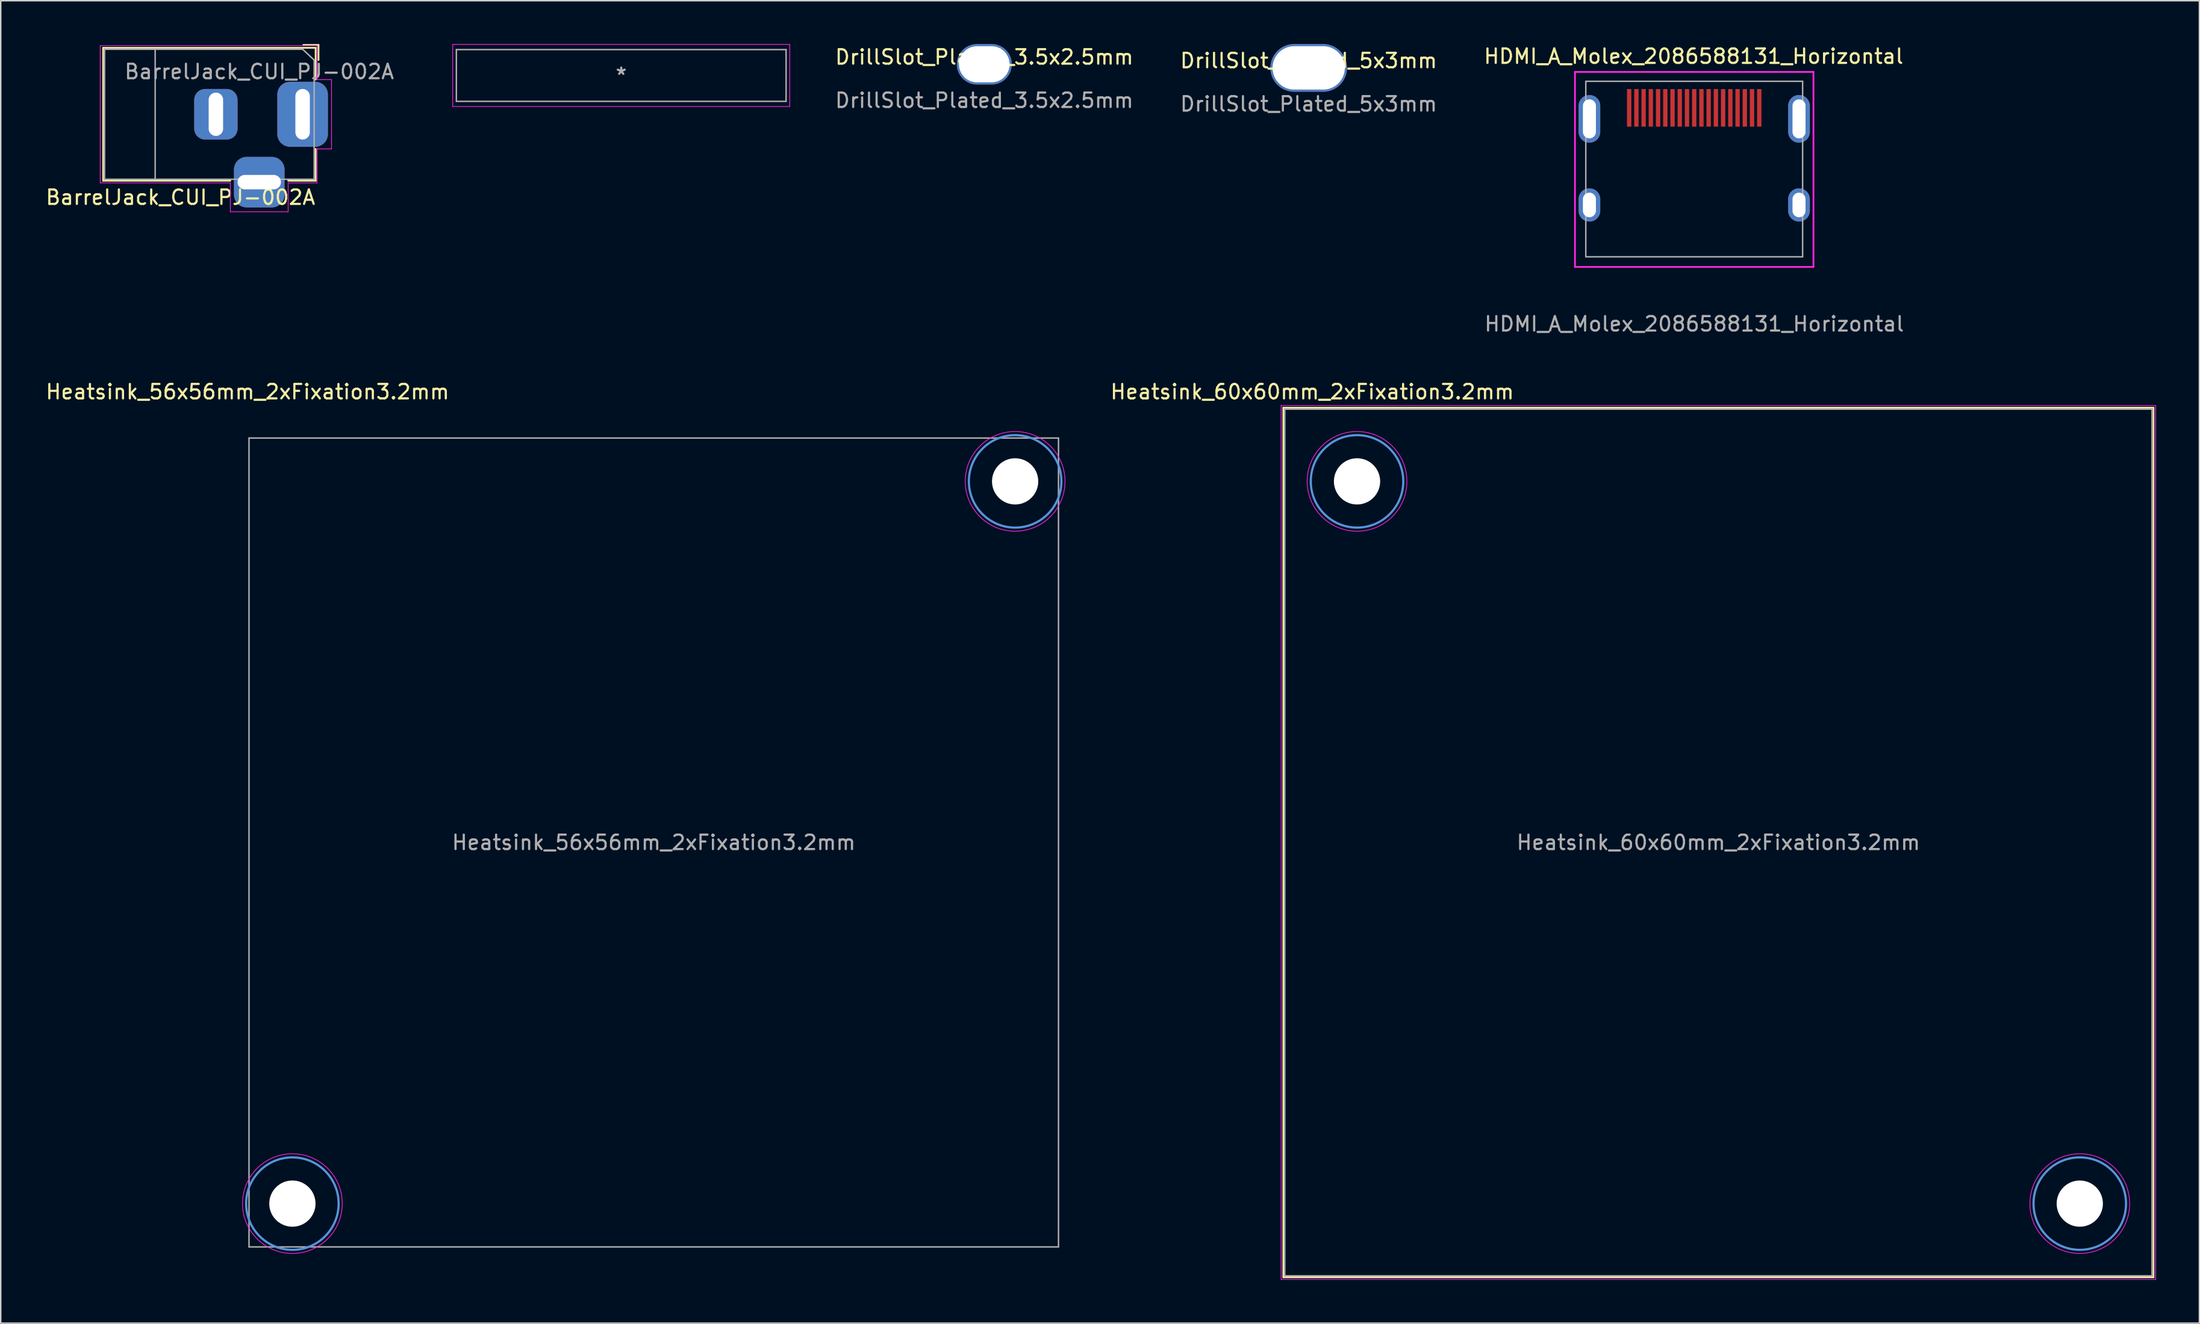
<source format=kicad_pcb>
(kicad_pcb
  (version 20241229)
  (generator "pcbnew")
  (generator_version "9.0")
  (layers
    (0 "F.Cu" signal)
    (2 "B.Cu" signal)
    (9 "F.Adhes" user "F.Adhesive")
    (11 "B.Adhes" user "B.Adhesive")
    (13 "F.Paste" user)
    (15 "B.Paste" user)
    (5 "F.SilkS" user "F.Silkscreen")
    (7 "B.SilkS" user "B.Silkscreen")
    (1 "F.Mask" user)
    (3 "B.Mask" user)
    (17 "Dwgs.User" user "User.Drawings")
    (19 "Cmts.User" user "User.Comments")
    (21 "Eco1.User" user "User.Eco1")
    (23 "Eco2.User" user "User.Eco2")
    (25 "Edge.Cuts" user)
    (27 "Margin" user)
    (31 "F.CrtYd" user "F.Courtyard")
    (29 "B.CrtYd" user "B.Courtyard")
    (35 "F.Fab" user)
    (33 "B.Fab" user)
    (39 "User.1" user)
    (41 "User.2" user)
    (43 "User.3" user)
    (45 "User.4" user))
  (footprint "DF40C-100DS-0.4V51_virtual"
    (layer "F.Cu")
    (at 39.927 2.175)
    (property "Reference" "DF40C-100DS-0.4V51_virtual" (at 0 0 0) (layer "Eco1.User") (effects (font (size 1 1) (thickness 0.15))))
    (fp_line (start -11.532 -1.918) (end -11.532 1.918) (stroke (width 0.12) (type solid)) (layer "Eco1.User"))
    (fp_line (start -11.532 1.918) (end -10.246 1.918) (stroke (width 0.12) (type solid)) (layer "Eco1.User"))
    (fp_line (start -10.246 -1.918) (end -11.532 -1.918) (stroke (width 0.12) (type solid)) (layer "Eco1.User"))
    (fp_line (start 10.246 1.918) (end 11.532 1.918) (stroke (width 0.12) (type solid)) (layer "Eco1.User"))
    (fp_line (start 11.532 -1.918) (end 10.246 -1.918) (stroke (width 0.12) (type solid)) (layer "Eco1.User"))
    (fp_line (start 11.532 1.918) (end 11.532 -1.918) (stroke (width 0.12) (type solid)) (layer "Eco1.User"))
    (fp_circle (center -12.167 -1.54) (end -11.786 -1.54) (stroke (width 0.12) (type solid)) (fill no) (layer "Eco1.User"))
    (fp_line (start -11.659 -2.15) (end -11.659 2.15) (stroke (width 0.05) (type solid)) (layer "F.CrtYd"))
    (fp_line (start -11.659 2.15) (end 11.659 2.15) (stroke (width 0.05) (type solid)) (layer "F.CrtYd"))
    (fp_line (start 11.659 -2.15) (end -11.659 -2.15) (stroke (width 0.05) (type solid)) (layer "F.CrtYd"))
    (fp_line (start 11.659 2.15) (end 11.659 -2.15) (stroke (width 0.05) (type solid)) (layer "F.CrtYd"))
    (fp_line (start -11.405 -1.791) (end -11.405 1.791) (stroke (width 0.1) (type solid)) (layer "F.Fab"))
    (fp_line (start -11.405 1.791) (end 11.405 1.791) (stroke (width 0.1) (type solid)) (layer "F.Fab"))
    (fp_line (start 11.405 -1.791) (end -11.405 -1.791) (stroke (width 0.1) (type solid)) (layer "F.Fab"))
    (fp_line (start 11.405 1.791) (end 11.405 -1.791) (stroke (width 0.1) (type solid)) (layer "F.Fab"))
    (fp_text user "*" (at 0 0 0) (layer "Eco1.User") (effects (font (size 1 1) (thickness 0.15))))
    (fp_text user "*" (at 0 0 0) (layer "F.Fab") (effects (font (size 1 1) (thickness 0.15)))))
  (footprint "BarrelJack_CUI_PJ-002A"
    (layer "F.Cu")
    (at 17.885 4.86)
    (property "Reference" "BarrelJack_CUI_PJ-002A" (at -8.45 5.75 0) (layer "F.SilkS") (effects (font (size 1 1) (thickness 0.15))))
    (attr through_hole)
    (fp_line (start -13.8 -4.6) (end 0.9 -4.6) (stroke (width 0.12) (type solid)) (layer "F.SilkS"))
    (fp_line (start -13.8 4.6) (end -13.8 -4.6) (stroke (width 0.12) (type solid)) (layer "F.SilkS"))
    (fp_line (start -5 4.6) (end -13.8 4.6) (stroke (width 0.12) (type solid)) (layer "F.SilkS"))
    (fp_line (start 0.05 -4.8) (end 1.1 -4.8) (stroke (width 0.12) (type solid)) (layer "F.SilkS"))
    (fp_line (start 0.9 -4.6) (end 0.9 -2.4) (stroke (width 0.12) (type solid)) (layer "F.SilkS"))
    (fp_line (start 0.9 2.4) (end 0.9 4.6) (stroke (width 0.12) (type solid)) (layer "F.SilkS"))
    (fp_line (start 0.9 4.6) (end -1 4.6) (stroke (width 0.12) (type solid)) (layer "F.SilkS"))
    (fp_line (start 1.1 -3.75) (end 1.1 -4.8) (stroke (width 0.12) (type solid)) (layer "F.SilkS"))
    (fp_line (start -14 4.75) (end -14 -4.75) (stroke (width 0.05) (type solid)) (layer "F.CrtYd"))
    (fp_line (start -5 4.75) (end -14 4.75) (stroke (width 0.05) (type solid)) (layer "F.CrtYd"))
    (fp_line (start -5 6.75) (end -5 4.75) (stroke (width 0.05) (type solid)) (layer "F.CrtYd"))
    (fp_line (start -1 4.75) (end -1 6.75) (stroke (width 0.05) (type solid)) (layer "F.CrtYd"))
    (fp_line (start -1 6.75) (end -5 6.75) (stroke (width 0.05) (type solid)) (layer "F.CrtYd"))
    (fp_line (start 1 -4.75) (end -14 -4.75) (stroke (width 0.05) (type solid)) (layer "F.CrtYd"))
    (fp_line (start 1 -4.5) (end 1 -4.75) (stroke (width 0.05) (type solid)) (layer "F.CrtYd"))
    (fp_line (start 1 -4.5) (end 1 -2.4) (stroke (width 0.05) (type solid)) (layer "F.CrtYd"))
    (fp_line (start 1 -2.4) (end 2 -2.4) (stroke (width 0.05) (type solid)) (layer "F.CrtYd"))
    (fp_line (start 1 2.4) (end 1 4.75) (stroke (width 0.05) (type solid)) (layer "F.CrtYd"))
    (fp_line (start 1 4.75) (end -1 4.75) (stroke (width 0.05) (type solid)) (layer "F.CrtYd"))
    (fp_line (start 2 -2.4) (end 2 2.4) (stroke (width 0.05) (type solid)) (layer "F.CrtYd"))
    (fp_line (start 2 2.4) (end 1 2.4) (stroke (width 0.05) (type solid)) (layer "F.CrtYd"))
    (fp_line (start -13.7 -4.5) (end -13.7 4.5) (stroke (width 0.1) (type solid)) (layer "F.Fab"))
    (fp_line (start -13.7 4.5) (end 0.8 4.5) (stroke (width 0.1) (type solid)) (layer "F.Fab"))
    (fp_line (start -10.2 -4.5) (end -10.2 4.5) (stroke (width 0.1) (type solid)) (layer "F.Fab"))
    (fp_line (start -0.003 -4.505) (end 0.8 -3.75) (stroke (width 0.1) (type solid)) (layer "F.Fab"))
    (fp_line (start 0 -4.5) (end -13.7 -4.5) (stroke (width 0.1) (type solid)) (layer "F.Fab"))
    (fp_line (start 0.8 4.5) (end 0.8 -3.75) (stroke (width 0.1) (type solid)) (layer "F.Fab"))
    (fp_text user "${REFERENCE}" (at -3 -2.95 0) (layer "F.Fab") (effects (font (size 1 1) (thickness 0.15))))
    (pad "1" thru_hole roundrect (at 0 0) (size 3.5 4.5) (drill oval 1 3.5) (layers "*.Cu" "*.Mask") (roundrect_rratio 0.25))
    (pad "2" thru_hole roundrect (at -6 0) (size 3 3.5) (drill oval 1 3) (layers "*.Cu" "*.Mask") (roundrect_rratio 0.25))
    (pad "3" thru_hole roundrect (at -3 4.7) (size 3.5 3.5) (drill oval 3 1) (layers "*.Cu" "*.Mask") (roundrect_rratio 0.25)))
  (footprint "Heatsink_60x60mm_2xFixation3.2mm"
    (layer "F.Cu")
    (at 85.83 25.275)
    (property "Reference" "Heatsink_60x60mm_2xFixation3.2mm" (at 1.9 -1.2 0) (layer "F.SilkS") (effects (font (size 1 1) (thickness 0.15))))
    (attr through_hole)
    (fp_line (start -0.1 -0.1) (end 60.1 -0.1) (stroke (width 0.12) (type solid)) (layer "F.SilkS"))
    (fp_line (start -0.1 60.1) (end -0.1 -0.1) (stroke (width 0.12) (type solid)) (layer "F.SilkS"))
    (fp_line (start 60.1 60.1) (end -0.1 60.1) (stroke (width 0.12) (type solid)) (layer "F.SilkS"))
    (fp_line (start 60.1 60.1) (end 60.1 -0.1) (stroke (width 0.12) (type solid)) (layer "F.SilkS"))
    (fp_circle (center 5 5) (end 8.2 5) (stroke (width 0.15) (type solid)) (fill no) (layer "Cmts.User"))
    (fp_circle (center 55 55) (end 58.2 55) (stroke (width 0.15) (type solid)) (fill no) (layer "Cmts.User"))
    (fp_line (start -0.25 60.25) (end -0.25 -0.25) (stroke (width 0.05) (type solid)) (layer "F.CrtYd"))
    (fp_line (start -0.25 60.25) (end 60.25 60.25) (stroke (width 0.05) (type solid)) (layer "F.CrtYd"))
    (fp_line (start 60.25 -0.25) (end -0.25 -0.25) (stroke (width 0.05) (type solid)) (layer "F.CrtYd"))
    (fp_line (start 60.25 60.25) (end 60.25 -0.25) (stroke (width 0.05) (type solid)) (layer "F.CrtYd"))
    (fp_circle (center 5 5) (end 8.45 5) (stroke (width 0.05) (type solid)) (fill no) (layer "F.CrtYd"))
    (fp_circle (center 55 55) (end 58.45 55) (stroke (width 0.05) (type solid)) (fill no) (layer "F.CrtYd"))
    (fp_line (start 0 0) (end 0 60) (stroke (width 0.1) (type solid)) (layer "F.Fab"))
    (fp_line (start 60 0) (end 0 0) (stroke (width 0.1) (type solid)) (layer "F.Fab"))
    (fp_line (start 60 0) (end 60 60) (stroke (width 0.1) (type solid)) (layer "F.Fab"))
    (fp_line (start 60 60) (end 0 60) (stroke (width 0.1) (type solid)) (layer "F.Fab"))
    (fp_text user "${REFERENCE}" (at 30 30 0) (layer "F.Fab") (effects (font (size 1 1) (thickness 0.15))))
    (pad "" np_thru_hole circle (at 5 5) (size 3.2 3.2) (drill 3.2) (layers "*.Cu" "*.Mask"))
    (pad "" np_thru_hole circle (at 55 55) (size 3.2 3.2) (drill 3.2) (layers "*.Cu" "*.Mask")))
  (footprint "DrillSlot_Plated_3.5x2.5mm"
    (layer "F.Cu")
    (at 65.045 1.4)
    (property "Reference" "DrillSlot_Plated_3.5x2.5mm" (at 0 -0.5 0) (unlocked yes) (layer "F.SilkS") (effects (font (size 1 1) (thickness 0.15))))
    (fp_text user "${REFERENCE}" (at 0 2.5 0) (unlocked yes) (layer "F.Fab") (effects (font (size 1 1) (thickness 0.15))))
    (pad "" thru_hole oval (at 0 0) (size 3.8 2.8) (drill oval 3.5 2.5) (layers "*.Cu" "*.Mask")))
  (footprint "Heatsink_56x56mm_2xFixation3.2mm"
    (layer "F.Cu")
    (at 42.177 55.275)
    (property "Reference" "Heatsink_56x56mm_2xFixation3.2mm" (at -28.1 -31.2 0) (layer "F.SilkS") (effects (font (size 1 1) (thickness 0.15))))
    (attr through_hole)
    (fp_circle (center -25 25) (end -21.8 25) (stroke (width 0.15) (type solid)) (fill no) (layer "Cmts.User"))
    (fp_circle (center 25 -25) (end 28.2 -25) (stroke (width 0.15) (type solid)) (fill no) (layer "Cmts.User"))
    (fp_circle (center -25 25) (end -21.55 25) (stroke (width 0.05) (type solid)) (fill no) (layer "F.CrtYd"))
    (fp_circle (center 25 -25) (end 28.45 -25) (stroke (width 0.05) (type solid)) (fill no) (layer "F.CrtYd"))
    (fp_line (start -28 -28) (end -28 28) (stroke (width 0.1) (type solid)) (layer "F.Fab"))
    (fp_line (start 28 -28) (end -28 -28) (stroke (width 0.1) (type solid)) (layer "F.Fab"))
    (fp_line (start 28 -28) (end 28 28) (stroke (width 0.1) (type solid)) (layer "F.Fab"))
    (fp_line (start 28 28) (end -28 28) (stroke (width 0.1) (type solid)) (layer "F.Fab"))
    (fp_text user "${REFERENCE}" (at 0 0 0) (layer "F.Fab") (effects (font (size 1 1) (thickness 0.15))))
    (pad "" np_thru_hole circle (at -25 25) (size 3.2 3.2) (drill 3.2) (layers "*.Cu" "*.Mask"))
    (pad "" np_thru_hole circle (at 25 -25) (size 3.2 3.2) (drill 3.2) (layers "*.Cu" "*.Mask")))
  (footprint "DrillSlot_Plated_5x3mm"
    (layer "F.Cu")
    (at 87.485 1.65)
    (property "Reference" "DrillSlot_Plated_5x3mm" (at 0 -0.5 0) (unlocked yes) (layer "F.SilkS") (effects (font (size 1 1) (thickness 0.15))))
    (fp_text user "${REFERENCE}" (at 0 2.5 0) (unlocked yes) (layer "F.Fab") (effects (font (size 1 1) (thickness 0.15))))
    (pad "" np_thru_hole oval (at 0 0) (size 5.3 3.3) (drill oval 5 3) (layers "*.Cu" "*.Mask")))
  (footprint "HDMI_A_Molex_2086588131_Horizontal"
    (layer "F.Cu")
    (at 114.156 5.178)
    (property "Reference" "HDMI_A_Molex_2086588131_Horizontal" (at -0.04 -4.33 0) (unlocked yes) (layer "F.SilkS") (effects (font (size 1 1) (thickness 0.15))))
    (fp_line (start -8.25 -3.25) (end -8.25 10.25) (stroke (width 0.12) (type solid)) (layer "F.CrtYd"))
    (fp_line (start -8.25 10.25) (end 8.25 10.25) (stroke (width 0.12) (type solid)) (layer "F.CrtYd"))
    (fp_line (start 8.25 -3.25) (end -8.25 -3.25) (stroke (width 0.12) (type solid)) (layer "F.CrtYd"))
    (fp_line (start 8.25 10.25) (end 8.25 -3.25) (stroke (width 0.12) (type solid)) (layer "F.CrtYd"))
    (fp_line (start -7.5 -2.6) (end -7.5 9.55) (stroke (width 0.1) (type solid)) (layer "F.Fab"))
    (fp_line (start -7.5 9.55) (end 7.5 9.55) (stroke (width 0.1) (type solid)) (layer "F.Fab"))
    (fp_line (start 7.5 -2.6) (end -7.5 -2.6) (stroke (width 0.1) (type solid)) (layer "F.Fab"))
    (fp_line (start 7.5 9.55) (end 7.5 -2.6) (stroke (width 0.1) (type solid)) (layer "F.Fab"))
    (fp_text user "${REFERENCE}" (at 0 14.2 0) (unlocked yes) (layer "F.Fab") (effects (font (size 1 1) (thickness 0.15))))
    (pad "1" smd rect (at 4.5 -0.76) (size 0.3 2.6) (layers "F.Cu" "F.Mask" "F.Paste"))
    (pad "2" smd rect (at 4 -0.76) (size 0.3 2.6) (layers "F.Cu" "F.Mask" "F.Paste"))
    (pad "3" smd rect (at 3.5 -0.76) (size 0.3 2.6) (layers "F.Cu" "F.Mask" "F.Paste"))
    (pad "4" smd rect (at 3 -0.76) (size 0.3 2.6) (layers "F.Cu" "F.Mask" "F.Paste"))
    (pad "5" smd rect (at 2.5 -0.76) (size 0.3 2.6) (layers "F.Cu" "F.Mask" "F.Paste"))
    (pad "6" smd rect (at 2 -0.76) (size 0.3 2.6) (layers "F.Cu" "F.Mask" "F.Paste"))
    (pad "7" smd rect (at 1.5 -0.76) (size 0.3 2.6) (layers "F.Cu" "F.Mask" "F.Paste"))
    (pad "8" smd rect (at 1 -0.76) (size 0.3 2.6) (layers "F.Cu" "F.Mask" "F.Paste"))
    (pad "9" smd rect (at 0.5 -0.76) (size 0.3 2.6) (layers "F.Cu" "F.Mask" "F.Paste"))
    (pad "10" smd rect (at 0 -0.76) (size 0.3 2.6) (layers "F.Cu" "F.Mask" "F.Paste"))
    (pad "11" smd rect (at -0.5 -0.76) (size 0.3 2.6) (layers "F.Cu" "F.Mask" "F.Paste"))
    (pad "12" smd rect (at -1 -0.76) (size 0.3 2.6) (layers "F.Cu" "F.Mask" "F.Paste"))
    (pad "13" smd rect (at -1.5 -0.76) (size 0.3 2.6) (layers "F.Cu" "F.Mask" "F.Paste"))
    (pad "14" smd rect (at -2 -0.76) (size 0.3 2.6) (layers "F.Cu" "F.Mask" "F.Paste"))
    (pad "15" smd rect (at -2.5 -0.76) (size 0.3 2.6) (layers "F.Cu" "F.Mask" "F.Paste"))
    (pad "16" smd rect (at -3 -0.76) (size 0.3 2.6) (layers "F.Cu" "F.Mask" "F.Paste"))
    (pad "17" smd rect (at -3.5 -0.76) (size 0.3 2.6) (layers "F.Cu" "F.Mask" "F.Paste"))
    (pad "18" smd rect (at -4 -0.76) (size 0.3 2.6) (layers "F.Cu" "F.Mask" "F.Paste"))
    (pad "19" smd rect (at -4.5 -0.76) (size 0.3 2.6) (layers "F.Cu" "F.Mask" "F.Paste"))
    (pad "SH" thru_hole oval (at -7.25 0) (size 1.5 3.3) (drill oval 0.9 2.7) (layers "*.Cu" "*.Mask"))
    (pad "SH" thru_hole oval (at -7.25 5.96) (size 1.5 2.3) (drill oval 0.9 1.7) (layers "*.Cu" "*.Mask"))
    (pad "SH" thru_hole oval (at 7.25 0) (size 1.5 3.3) (drill oval 0.9 2.7) (layers "*.Cu" "*.Mask"))
    (pad "SH" thru_hole oval (at 7.25 5.96) (size 1.5 2.3) (drill oval 0.9 1.7) (layers "*.Cu" "*.Mask")))
  (gr_rect
    (start -3 -3)
    (end 149.105 88.55)
    (stroke (width 0.1) (type default))
    (fill no)
    (layer "Edge.Cuts")))
</source>
